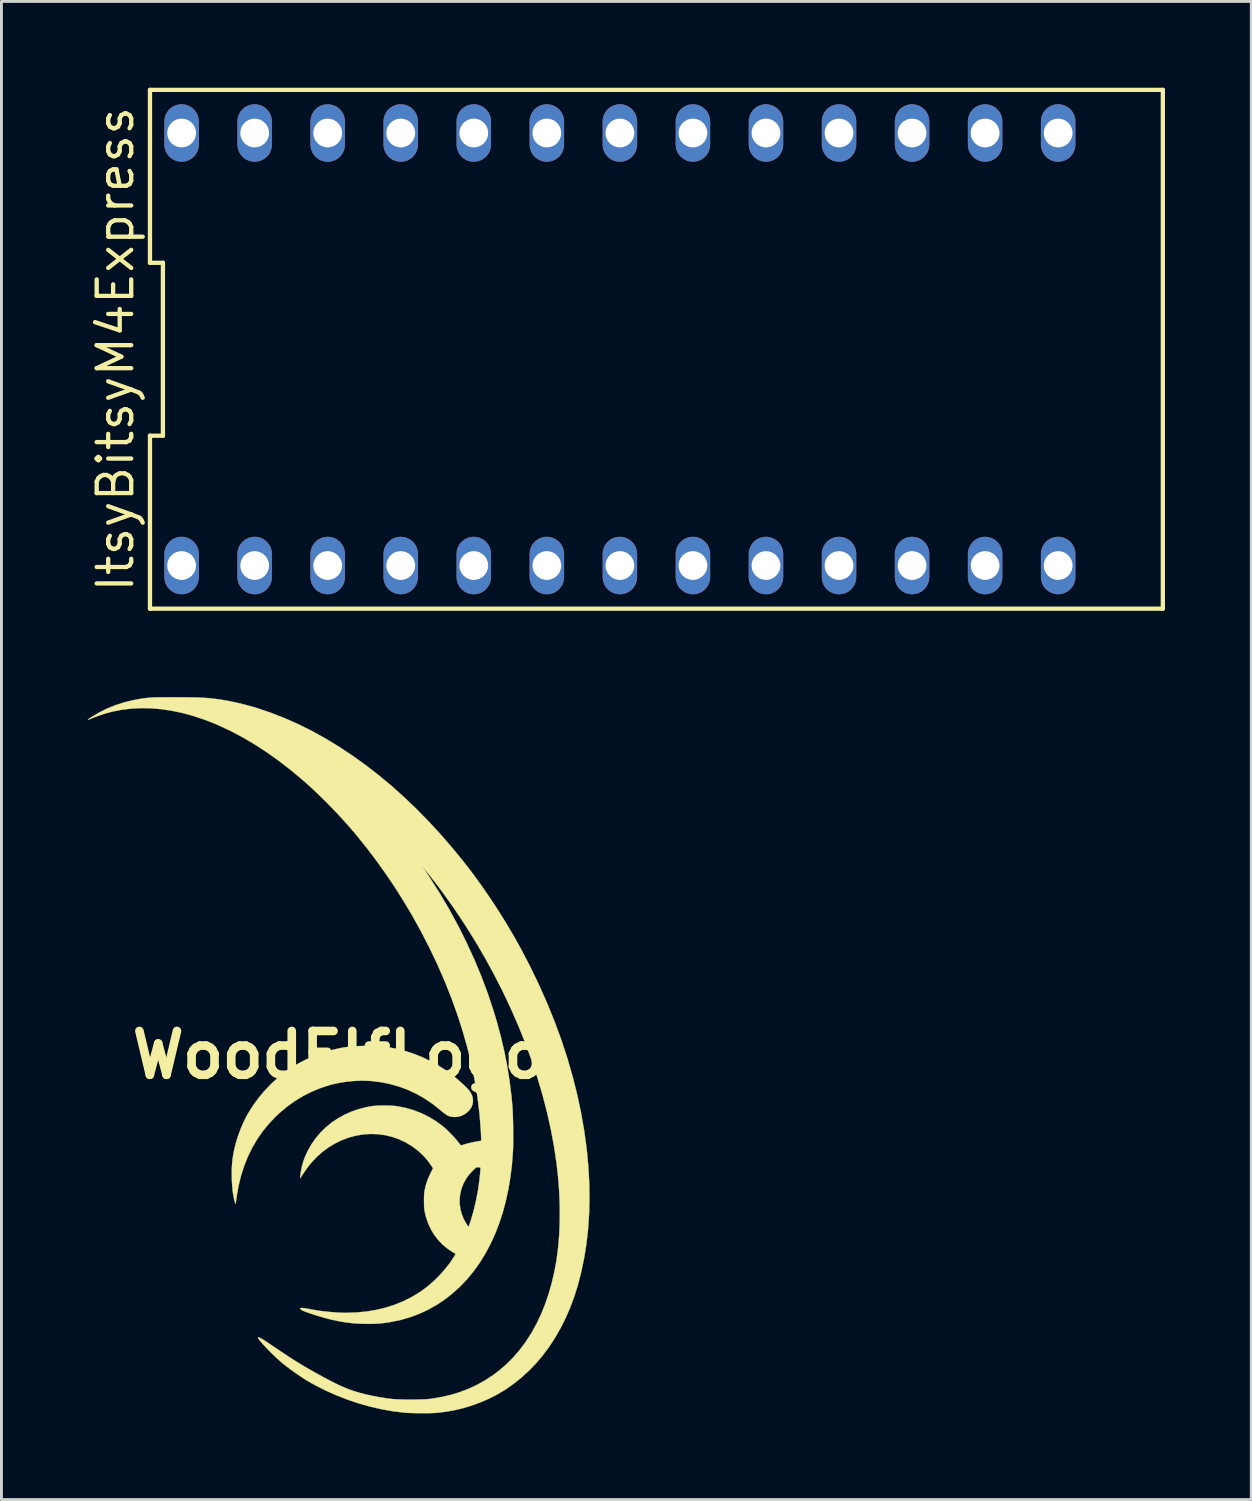
<source format=kicad_pcb>
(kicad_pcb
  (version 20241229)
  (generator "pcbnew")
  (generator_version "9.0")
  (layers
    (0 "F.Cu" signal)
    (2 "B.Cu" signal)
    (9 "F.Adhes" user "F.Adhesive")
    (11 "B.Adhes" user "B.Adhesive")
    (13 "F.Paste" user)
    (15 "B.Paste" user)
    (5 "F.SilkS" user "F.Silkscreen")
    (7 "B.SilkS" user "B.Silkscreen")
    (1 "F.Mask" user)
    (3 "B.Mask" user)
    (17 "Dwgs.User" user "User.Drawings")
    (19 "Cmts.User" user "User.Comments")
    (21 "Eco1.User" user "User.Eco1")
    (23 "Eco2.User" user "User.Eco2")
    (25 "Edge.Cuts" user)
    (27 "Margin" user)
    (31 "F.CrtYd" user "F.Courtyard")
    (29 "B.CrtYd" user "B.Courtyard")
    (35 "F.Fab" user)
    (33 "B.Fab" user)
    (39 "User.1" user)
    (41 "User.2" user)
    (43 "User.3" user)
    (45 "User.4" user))
  (footprint "ItsyBitsyM4Express"
    (layer "F.Cu")
    (at 19.775 9.095)
    (property "Reference" "ItsyBitsyM4Express" (at -18.81 0 90) (layer "F.SilkS") (effects (font (size 1.2 1.2) (thickness 0.15))))
    (attr through_hole)
    (fp_line (start -17.61 -9.02) (end -17.61 -3.007) (stroke (width 0.15) (type solid)) (layer "F.SilkS"))
    (fp_line (start -17.61 -3.007) (end -17.16 -3.007) (stroke (width 0.15) (type solid)) (layer "F.SilkS"))
    (fp_line (start -17.61 3.007) (end -17.61 9.02) (stroke (width 0.15) (type solid)) (layer "F.SilkS"))
    (fp_line (start -17.61 9.02) (end 17.61 9.02) (stroke (width 0.15) (type solid)) (layer "F.SilkS"))
    (fp_line (start -17.16 -3.007) (end -17.16 3.007) (stroke (width 0.15) (type solid)) (layer "F.SilkS"))
    (fp_line (start -17.16 3.007) (end -17.61 3.007) (stroke (width 0.15) (type solid)) (layer "F.SilkS"))
    (fp_line (start 17.61 -9.02) (end -17.61 -9.02) (stroke (width 0.15) (type solid)) (layer "F.SilkS"))
    (fp_line (start 17.61 9.02) (end 17.61 -9.02) (stroke (width 0.15) (type solid)) (layer "F.SilkS"))
    (pad "1" thru_hole oval (at -16.51 7.52) (size 1.2 2) (drill 1) (layers "*.Cu" "*.Mask"))
    (pad "2" thru_hole oval (at -13.97 7.52) (size 1.2 2) (drill 1) (layers "*.Cu" "*.Mask"))
    (pad "3" thru_hole oval (at -11.43 7.52) (size 1.2 2) (drill 1) (layers "*.Cu" "*.Mask"))
    (pad "4" thru_hole oval (at -8.89 7.52) (size 1.2 2) (drill 1) (layers "*.Cu" "*.Mask"))
    (pad "5" thru_hole oval (at -6.35 7.52) (size 1.2 2) (drill 1) (layers "*.Cu" "*.Mask"))
    (pad "6" thru_hole oval (at -3.81 7.52) (size 1.2 2) (drill 1) (layers "*.Cu" "*.Mask"))
    (pad "7" thru_hole oval (at -1.27 7.52) (size 1.2 2) (drill 1) (layers "*.Cu" "*.Mask"))
    (pad "8" thru_hole oval (at 1.27 7.52) (size 1.2 2) (drill 1) (layers "*.Cu" "*.Mask"))
    (pad "9" thru_hole oval (at 3.81 7.52) (size 1.2 2) (drill 1) (layers "*.Cu" "*.Mask"))
    (pad "10" thru_hole oval (at 6.35 7.52) (size 1.2 2) (drill 1) (layers "*.Cu" "*.Mask"))
    (pad "11" thru_hole oval (at 8.89 7.52) (size 1.2 2) (drill 1) (layers "*.Cu" "*.Mask"))
    (pad "12" thru_hole oval (at 11.43 7.52) (size 1.2 2) (drill 1) (layers "*.Cu" "*.Mask"))
    (pad "13" thru_hole oval (at 13.97 7.52) (size 1.2 2) (drill 1) (layers "*.Cu" "*.Mask"))
    (pad "21" thru_hole oval (at 13.97 -7.52) (size 1.2 2) (drill 1) (layers "*.Cu" "*.Mask"))
    (pad "22" thru_hole oval (at 11.43 -7.52) (size 1.2 2) (drill 1) (layers "*.Cu" "*.Mask"))
    (pad "23" thru_hole oval (at 8.89 -7.52) (size 1.2 2) (drill 1) (layers "*.Cu" "*.Mask"))
    (pad "24" thru_hole oval (at 6.35 -7.52) (size 1.2 2) (drill 1) (layers "*.Cu" "*.Mask"))
    (pad "25" thru_hole oval (at 3.81 -7.52) (size 1.2 2) (drill 1) (layers "*.Cu" "*.Mask"))
    (pad "26" thru_hole oval (at 1.27 -7.52) (size 1.2 2) (drill 1) (layers "*.Cu" "*.Mask"))
    (pad "27" thru_hole oval (at -1.27 -7.52) (size 1.2 2) (drill 1) (layers "*.Cu" "*.Mask"))
    (pad "28" thru_hole oval (at -3.81 -7.52) (size 1.2 2) (drill 1) (layers "*.Cu" "*.Mask"))
    (pad "29" thru_hole oval (at -6.35 -7.52) (size 1.2 2) (drill 1) (layers "*.Cu" "*.Mask"))
    (pad "30" thru_hole oval (at -8.89 -7.52) (size 1.2 2) (drill 1) (layers "*.Cu" "*.Mask"))
    (pad "31" thru_hole oval (at -11.43 -7.52) (size 1.2 2) (drill 1) (layers "*.Cu" "*.Mask"))
    (pad "32" thru_hole oval (at -13.97 -7.52) (size 1.2 2) (drill 1) (layers "*.Cu" "*.Mask"))
    (pad "33" thru_hole oval (at -16.51 -7.52) (size 1.2 2) (drill 1) (layers "*.Cu" "*.Mask")))
  (footprint "WoodElfLogo"
    (layer "F.Cu")
    (at 8.728 33.634)
    (property "Reference" "WoodElfLogo" (at 0 0 0) (layer "F.SilkS") (effects (font (size 1.524 1.524) (thickness 0.3))))
    (attr through_hole)
    (fp_poly (pts (xy 1.216 -0.313) (xy 1.365 -0.307) (xy 1.508 -0.295) (xy 1.648 -0.279) (xy 1.793 -0.256) (xy 1.947 -0.227) (xy 1.978 -0.221) (xy 2.272 -0.15) (xy 2.569 -0.055) (xy 2.864 0.06) (xy 3.153 0.195) (xy 3.434 0.348) (xy 3.701 0.517) (xy 3.884 0.647) (xy 3.995 0.734) (xy 4.111 0.83) (xy 4.226 0.93) (xy 4.335 1.03) (xy 4.432 1.123) (xy 4.501 1.195) (xy 4.578 1.293) (xy 4.632 1.397) (xy 4.663 1.504) (xy 4.67 1.612) (xy 4.653 1.719) (xy 4.612 1.822) (xy 4.601 1.841) (xy 4.548 1.915) (xy 4.477 1.986) (xy 4.397 2.048) (xy 4.328 2.087) (xy 4.238 2.125) (xy 4.157 2.148) (xy 4.074 2.157) (xy 3.986 2.156) (xy 3.928 2.151) (xy 3.875 2.14) (xy 3.825 2.123) (xy 3.773 2.098) (xy 3.715 2.061) (xy 3.649 2.012) (xy 3.57 1.948) (xy 3.522 1.907) (xy 3.259 1.699) (xy 2.988 1.515) (xy 2.707 1.355) (xy 2.417 1.219) (xy 2.118 1.106) (xy 1.81 1.017) (xy 1.493 0.951) (xy 1.166 0.909) (xy 1.054 0.901) (xy 0.815 0.893) (xy 0.564 0.902) (xy 0.308 0.926) (xy 0.054 0.963) (xy -0.189 1.014) (xy -0.316 1.048) (xy -0.634 1.151) (xy -0.939 1.277) (xy -1.233 1.424) (xy -1.514 1.595) (xy -1.784 1.787) (xy -2.042 2.002) (xy -2.21 2.161) (xy -2.442 2.407) (xy -2.653 2.668) (xy -2.843 2.944) (xy -3.012 3.234) (xy -3.16 3.539) (xy -3.288 3.858) (xy -3.395 4.192) (xy -3.481 4.54) (xy -3.546 4.903) (xy -3.562 5.022) (xy -3.57 5.081) (xy -3.578 5.13) (xy -3.583 5.165) (xy -3.587 5.179) (xy -3.587 5.179) (xy -3.593 5.171) (xy -3.602 5.146) (xy -3.606 5.135) (xy -3.64 4.994) (xy -3.668 4.856) (xy -3.689 4.717) (xy -3.703 4.569) (xy -3.713 4.407) (xy -3.718 4.264) (xy -3.719 4.071) (xy -3.715 3.895) (xy -3.703 3.73) (xy -3.684 3.57) (xy -3.657 3.407) (xy -3.62 3.235) (xy -3.605 3.169) (xy -3.553 2.977) (xy -3.487 2.776) (xy -3.411 2.573) (xy -3.327 2.376) (xy -3.238 2.191) (xy -3.168 2.061) (xy -2.992 1.776) (xy -2.794 1.503) (xy -2.578 1.245) (xy -2.344 1.001) (xy -2.095 0.776) (xy -1.832 0.57) (xy -1.559 0.386) (xy -1.35 0.266) (xy -1.123 0.151) (xy -0.884 0.046) (xy -0.639 -0.048) (xy -0.396 -0.127) (xy -0.337 -0.144) (xy -0.167 -0.19) (xy -0.01 -0.226) (xy 0.141 -0.256) (xy 0.292 -0.278) (xy 0.448 -0.294) (xy 0.615 -0.305) (xy 0.799 -0.312) (xy 0.87 -0.314) (xy 1.052 -0.315) (xy 1.216 -0.313)) (stroke (width 0.01) (type solid)) (fill yes) (layer "F.SilkS"))
    (fp_poly (pts (xy -5.728 -12.439) (xy -5.696 -12.439) (xy -5.497 -12.438) (xy -5.32 -12.437) (xy -5.164 -12.435) (xy -5.024 -12.433) (xy -4.899 -12.429) (xy -4.786 -12.425) (xy -4.682 -12.419) (xy -4.584 -12.413) (xy -4.489 -12.404) (xy -4.396 -12.395) (xy -4.3 -12.384) (xy -4.28 -12.381) (xy -4.047 -12.348) (xy -3.798 -12.303) (xy -3.539 -12.248) (xy -3.277 -12.185) (xy -3.018 -12.115) (xy -2.811 -12.053) (xy -2.335 -11.891) (xy -1.859 -11.703) (xy -1.385 -11.492) (xy -0.913 -11.256) (xy -0.445 -10.996) (xy 0.021 -10.712) (xy 0.482 -10.406) (xy 0.94 -10.077) (xy 1.392 -9.727) (xy 1.839 -9.354) (xy 2.279 -8.96) (xy 2.713 -8.545) (xy 3.14 -8.109) (xy 3.559 -7.654) (xy 3.97 -7.178) (xy 4.32 -6.75) (xy 4.633 -6.345) (xy 4.944 -5.919) (xy 5.25 -5.477) (xy 5.547 -5.025) (xy 5.832 -4.568) (xy 6.103 -4.109) (xy 6.333 -3.696) (xy 6.663 -3.063) (xy 6.968 -2.43) (xy 7.25 -1.795) (xy 7.508 -1.159) (xy 7.741 -0.524) (xy 7.95 0.112) (xy 8.134 0.747) (xy 8.293 1.381) (xy 8.428 2.014) (xy 8.538 2.644) (xy 8.623 3.273) (xy 8.629 3.327) (xy 8.681 3.892) (xy 8.712 4.446) (xy 8.72 4.99) (xy 8.707 5.524) (xy 8.672 6.046) (xy 8.615 6.556) (xy 8.536 7.055) (xy 8.435 7.541) (xy 8.313 8.015) (xy 8.306 8.039) (xy 8.183 8.425) (xy 8.043 8.8) (xy 7.885 9.161) (xy 7.71 9.508) (xy 7.52 9.839) (xy 7.314 10.153) (xy 7.094 10.449) (xy 6.861 10.725) (xy 6.634 10.961) (xy 6.369 11.205) (xy 6.096 11.425) (xy 5.816 11.623) (xy 5.526 11.798) (xy 5.224 11.953) (xy 4.927 12.081) (xy 4.615 12.195) (xy 4.308 12.287) (xy 4.001 12.359) (xy 3.687 12.412) (xy 3.385 12.446) (xy 3.31 12.45) (xy 3.216 12.454) (xy 3.105 12.456) (xy 2.984 12.457) (xy 2.857 12.457) (xy 2.729 12.455) (xy 2.605 12.453) (xy 2.49 12.45) (xy 2.389 12.445) (xy 2.306 12.44) (xy 2.292 12.439) (xy 1.899 12.392) (xy 1.5 12.322) (xy 1.099 12.23) (xy 0.698 12.117) (xy 0.302 11.984) (xy -0.088 11.832) (xy -0.468 11.662) (xy -0.835 11.475) (xy -0.991 11.389) (xy -1.158 11.288) (xy -1.335 11.174) (xy -1.516 11.05) (xy -1.694 10.921) (xy -1.863 10.793) (xy -1.987 10.692) (xy -2.064 10.625) (xy -2.146 10.551) (xy -2.231 10.471) (xy -2.317 10.388) (xy -2.403 10.303) (xy -2.485 10.219) (xy -2.562 10.137) (xy -2.632 10.061) (xy -2.693 9.991) (xy -2.743 9.931) (xy -2.78 9.882) (xy -2.802 9.847) (xy -2.807 9.831) (xy -2.802 9.819) (xy -2.788 9.817) (xy -2.762 9.825) (xy -2.724 9.843) (xy -2.671 9.872) (xy -2.604 9.913) (xy -2.52 9.967) (xy -2.418 10.035) (xy -2.297 10.117) (xy -2.292 10.12) (xy -2.114 10.241) (xy -1.953 10.349) (xy -1.807 10.446) (xy -1.673 10.533) (xy -1.548 10.613) (xy -1.429 10.688) (xy -1.312 10.759) (xy -1.196 10.829) (xy -1.077 10.898) (xy -0.953 10.969) (xy -0.744 11.086) (xy -0.555 11.19) (xy -0.382 11.283) (xy -0.224 11.365) (xy -0.079 11.437) (xy 0.056 11.501) (xy 0.184 11.557) (xy 0.306 11.607) (xy 0.424 11.651) (xy 0.541 11.691) (xy 0.66 11.728) (xy 0.7 11.74) (xy 0.916 11.796) (xy 1.151 11.849) (xy 1.398 11.896) (xy 1.652 11.936) (xy 1.829 11.96) (xy 1.911 11.968) (xy 2.014 11.974) (xy 2.133 11.979) (xy 2.264 11.982) (xy 2.403 11.984) (xy 2.544 11.984) (xy 2.684 11.983) (xy 2.819 11.98) (xy 2.943 11.976) (xy 3.052 11.97) (xy 3.142 11.963) (xy 3.175 11.959) (xy 3.531 11.903) (xy 3.873 11.826) (xy 4.201 11.727) (xy 4.517 11.607) (xy 4.82 11.465) (xy 5.112 11.301) (xy 5.391 11.114) (xy 5.588 10.965) (xy 5.84 10.747) (xy 6.077 10.508) (xy 6.299 10.249) (xy 6.506 9.971) (xy 6.697 9.674) (xy 6.872 9.359) (xy 7.031 9.026) (xy 7.174 8.675) (xy 7.3 8.307) (xy 7.409 7.922) (xy 7.501 7.522) (xy 7.517 7.442) (xy 7.571 7.14) (xy 7.614 6.838) (xy 7.646 6.531) (xy 7.669 6.214) (xy 7.683 5.883) (xy 7.687 5.533) (xy 7.687 5.531) (xy 7.684 5.176) (xy 7.671 4.834) (xy 7.65 4.495) (xy 7.618 4.15) (xy 7.577 3.792) (xy 7.575 3.772) (xy 7.488 3.184) (xy 7.377 2.591) (xy 7.243 1.992) (xy 7.087 1.391) (xy 6.908 0.787) (xy 6.707 0.182) (xy 6.485 -0.423) (xy 6.242 -1.026) (xy 5.979 -1.626) (xy 5.696 -2.223) (xy 5.394 -2.814) (xy 5.073 -3.4) (xy 4.735 -3.977) (xy 4.378 -4.546) (xy 4.005 -5.105) (xy 3.615 -5.652) (xy 3.488 -5.823) (xy 3.443 -5.883) (xy 3.391 -5.951) (xy 3.334 -6.024) (xy 3.274 -6.101) (xy 3.214 -6.178) (xy 3.156 -6.252) (xy 3.101 -6.321) (xy 3.052 -6.383) (xy 3.01 -6.435) (xy 2.978 -6.474) (xy 2.958 -6.497) (xy 2.952 -6.502) (xy 2.958 -6.492) (xy 2.976 -6.464) (xy 3.004 -6.419) (xy 3.042 -6.361) (xy 3.086 -6.292) (xy 3.137 -6.215) (xy 3.155 -6.188) (xy 3.508 -5.631) (xy 3.842 -5.065) (xy 4.155 -4.49) (xy 4.446 -3.908) (xy 4.715 -3.321) (xy 4.961 -2.731) (xy 5.184 -2.138) (xy 5.382 -1.544) (xy 5.491 -1.181) (xy 5.632 -0.66) (xy 5.753 -0.147) (xy 5.854 0.362) (xy 5.937 0.873) (xy 6.002 1.391) (xy 6.04 1.784) (xy 6.046 1.88) (xy 6.052 1.997) (xy 6.057 2.131) (xy 6.061 2.277) (xy 6.065 2.432) (xy 6.067 2.59) (xy 6.068 2.748) (xy 6.069 2.901) (xy 6.068 3.045) (xy 6.065 3.175) (xy 6.062 3.288) (xy 6.059 3.353) (xy 6.024 3.807) (xy 5.97 4.248) (xy 5.899 4.675) (xy 5.809 5.086) (xy 5.703 5.482) (xy 5.578 5.862) (xy 5.437 6.226) (xy 5.278 6.573) (xy 5.102 6.903) (xy 4.91 7.214) (xy 4.702 7.508) (xy 4.477 7.783) (xy 4.236 8.038) (xy 4.201 8.072) (xy 3.945 8.302) (xy 3.677 8.51) (xy 3.397 8.696) (xy 3.107 8.859) (xy 2.805 8.999) (xy 2.493 9.116) (xy 2.171 9.21) (xy 1.84 9.28) (xy 1.784 9.29) (xy 1.646 9.311) (xy 1.521 9.327) (xy 1.4 9.338) (xy 1.278 9.346) (xy 1.145 9.35) (xy 0.995 9.351) (xy 0.984 9.351) (xy 0.74 9.345) (xy 0.502 9.329) (xy 0.265 9.302) (xy 0.026 9.263) (xy -0.219 9.212) (xy -0.475 9.147) (xy -0.744 9.068) (xy -0.927 9.009) (xy -1.051 8.967) (xy -1.151 8.931) (xy -1.229 8.899) (xy -1.285 8.872) (xy -1.321 8.848) (xy -1.338 8.828) (xy -1.34 8.82) (xy -1.337 8.806) (xy -1.325 8.799) (xy -1.298 8.797) (xy -1.266 8.797) (xy -1.227 8.801) (xy -1.169 8.809) (xy -1.101 8.82) (xy -1.028 8.833) (xy -1.006 8.838) (xy -0.823 8.871) (xy -0.624 8.901) (xy -0.415 8.926) (xy -0.206 8.945) (xy -0.003 8.959) (xy 0.187 8.966) (xy 0.254 8.966) (xy 0.613 8.955) (xy 0.96 8.922) (xy 1.297 8.866) (xy 1.621 8.789) (xy 1.934 8.69) (xy 2.234 8.569) (xy 2.521 8.426) (xy 2.795 8.262) (xy 2.893 8.195) (xy 3.094 8.044) (xy 3.293 7.872) (xy 3.484 7.685) (xy 3.664 7.486) (xy 3.828 7.281) (xy 3.85 7.252) (xy 3.896 7.187) (xy 3.94 7.122) (xy 3.981 7.06) (xy 4.016 7.006) (xy 4.043 6.961) (xy 4.059 6.93) (xy 4.063 6.916) (xy 4.063 6.916) (xy 4.05 6.908) (xy 4.021 6.89) (xy 3.981 6.866) (xy 3.961 6.855) (xy 3.775 6.731) (xy 3.605 6.588) (xy 3.453 6.427) (xy 3.319 6.251) (xy 3.204 6.06) (xy 3.109 5.855) (xy 3.035 5.638) (xy 2.994 5.468) (xy 2.984 5.412) (xy 2.976 5.359) (xy 2.971 5.303) (xy 2.968 5.239) (xy 2.966 5.166) (xy 4.206 5.166) (xy 4.229 5.347) (xy 4.275 5.526) (xy 4.345 5.701) (xy 4.439 5.87) (xy 4.455 5.895) (xy 4.488 5.942) (xy 4.51 5.966) (xy 4.522 5.967) (xy 4.522 5.966) (xy 4.529 5.95) (xy 4.542 5.913) (xy 4.559 5.859) (xy 4.58 5.794) (xy 4.603 5.722) (xy 4.603 5.721) (xy 4.697 5.395) (xy 4.777 5.051) (xy 4.844 4.697) (xy 4.894 4.338) (xy 4.919 4.099) (xy 4.925 4.027) (xy 4.929 3.976) (xy 4.93 3.943) (xy 4.928 3.924) (xy 4.924 3.914) (xy 4.916 3.912) (xy 4.909 3.911) (xy 4.879 3.909) (xy 4.84 3.904) (xy 4.839 3.904) (xy 4.819 3.902) (xy 4.801 3.905) (xy 4.78 3.916) (xy 4.753 3.937) (xy 4.714 3.971) (xy 4.681 4.003) (xy 4.546 4.144) (xy 4.434 4.298) (xy 4.343 4.46) (xy 4.275 4.63) (xy 4.229 4.806) (xy 4.206 4.985) (xy 4.206 5.166) (xy 2.966 5.166) (xy 2.966 5.161) (xy 2.966 5.074) (xy 2.966 4.977) (xy 2.968 4.901) (xy 2.971 4.838) (xy 2.977 4.783) (xy 2.985 4.73) (xy 2.994 4.679) (xy 3.027 4.536) (xy 3.068 4.402) (xy 3.119 4.269) (xy 3.185 4.128) (xy 3.189 4.119) (xy 3.279 3.939) (xy 3.231 3.865) (xy 3.097 3.677) (xy 2.942 3.501) (xy 2.767 3.338) (xy 2.575 3.191) (xy 2.527 3.159) (xy 2.312 3.031) (xy 2.086 2.927) (xy 1.852 2.846) (xy 1.611 2.788) (xy 1.365 2.755) (xy 1.115 2.746) (xy 0.865 2.762) (xy 0.857 2.762) (xy 0.603 2.805) (xy 0.354 2.871) (xy 0.112 2.961) (xy -0.122 3.074) (xy -0.345 3.208) (xy -0.557 3.363) (xy -0.756 3.539) (xy -0.941 3.733) (xy -1.021 3.829) (xy -1.057 3.876) (xy -1.098 3.932) (xy -1.142 3.994) (xy -1.187 4.057) (xy -1.229 4.118) (xy -1.265 4.174) (xy -1.295 4.22) (xy -1.314 4.253) (xy -1.321 4.269) (xy -1.331 4.28) (xy -1.334 4.28) (xy -1.342 4.268) (xy -1.342 4.234) (xy -1.34 4.22) (xy -1.312 4.036) (xy -1.278 3.871) (xy -1.236 3.717) (xy -1.183 3.569) (xy -1.117 3.418) (xy -1.079 3.34) (xy -0.951 3.111) (xy -0.802 2.898) (xy -0.634 2.699) (xy -0.449 2.517) (xy -0.247 2.352) (xy -0.029 2.205) (xy 0.203 2.077) (xy 0.448 1.968) (xy 0.706 1.88) (xy 0.974 1.812) (xy 1.143 1.782) (xy 1.231 1.772) (xy 1.337 1.764) (xy 1.456 1.76) (xy 1.582 1.758) (xy 1.708 1.76) (xy 1.828 1.764) (xy 1.936 1.771) (xy 2.025 1.781) (xy 2.032 1.782) (xy 2.321 1.839) (xy 2.601 1.919) (xy 2.869 2.022) (xy 3.127 2.148) (xy 3.373 2.297) (xy 3.607 2.468) (xy 3.619 2.477) (xy 3.698 2.545) (xy 3.787 2.628) (xy 3.879 2.719) (xy 3.969 2.813) (xy 4.053 2.906) (xy 4.124 2.99) (xy 4.153 3.027) (xy 4.196 3.083) (xy 4.228 3.12) (xy 4.25 3.139) (xy 4.265 3.143) (xy 4.266 3.143) (xy 4.343 3.117) (xy 4.44 3.089) (xy 4.549 3.061) (xy 4.667 3.034) (xy 4.786 3.011) (xy 4.901 2.991) (xy 4.905 2.991) (xy 4.953 2.983) (xy 4.953 2.909) (xy 4.952 2.872) (xy 4.95 2.815) (xy 4.947 2.744) (xy 4.943 2.666) (xy 4.94 2.608) (xy 4.896 2.048) (xy 4.828 1.483) (xy 4.735 0.914) (xy 4.619 0.34) (xy 4.478 -0.238) (xy 4.314 -0.818) (xy 4.127 -1.4) (xy 3.917 -1.983) (xy 3.684 -2.567) (xy 3.429 -3.151) (xy 3.151 -3.734) (xy 2.851 -4.315) (xy 2.55 -4.858) (xy 2.262 -5.342) (xy 1.957 -5.824) (xy 1.638 -6.297) (xy 1.455 -6.553) (xy 2.909 -6.553) (xy 2.912 -6.547) (xy 2.919 -6.537) (xy 2.938 -6.518) (xy 2.946 -6.518) (xy 2.946 -6.52) (xy 2.938 -6.53) (xy 2.924 -6.542) (xy 2.909 -6.553) (xy 1.455 -6.553) (xy 1.308 -6.76) (xy 0.968 -7.207) (xy 0.623 -7.635) (xy 0.428 -7.866) (xy 0.181 -8.145) (xy -0.076 -8.424) (xy -0.34 -8.698) (xy -0.606 -8.963) (xy -0.871 -9.216) (xy -1.13 -9.453) (xy -1.277 -9.581) (xy -1.685 -9.92) (xy -2.093 -10.235) (xy -2.501 -10.525) (xy -2.908 -10.79) (xy -3.316 -11.032) (xy -3.726 -11.25) (xy -4.137 -11.444) (xy -4.331 -11.528) (xy -4.703 -11.672) (xy -5.073 -11.794) (xy -5.439 -11.893) (xy -5.802 -11.969) (xy -6.159 -12.023) (xy -6.511 -12.053) (xy -6.857 -12.061) (xy -7.195 -12.045) (xy -7.526 -12.007) (xy -7.848 -11.945) (xy -8.115 -11.874) (xy -8.203 -11.846) (xy -8.305 -11.811) (xy -8.413 -11.772) (xy -8.518 -11.732) (xy -8.614 -11.694) (xy -8.677 -11.667) (xy -8.711 -11.654) (xy -8.723 -11.653) (xy -8.716 -11.665) (xy -8.689 -11.687) (xy -8.644 -11.719) (xy -8.607 -11.743) (xy -8.339 -11.904) (xy -8.056 -12.045) (xy -7.759 -12.165) (xy -7.45 -12.264) (xy -7.13 -12.341) (xy -7.017 -12.362) (xy -6.93 -12.378) (xy -6.85 -12.391) (xy -6.777 -12.402) (xy -6.705 -12.411) (xy -6.634 -12.419) (xy -6.56 -12.425) (xy -6.48 -12.43) (xy -6.392 -12.433) (xy -6.292 -12.436) (xy -6.179 -12.437) (xy -6.049 -12.438) (xy -5.899 -12.439) (xy -5.728 -12.439)) (stroke (width 0.01) (type solid)) (fill yes) (layer "F.SilkS")))
  (gr_rect
    (start -3 -3)
    (end 40.46 49.095)
    (stroke (width 0.1) (type default))
    (fill no)
    (layer "Edge.Cuts")))
</source>
